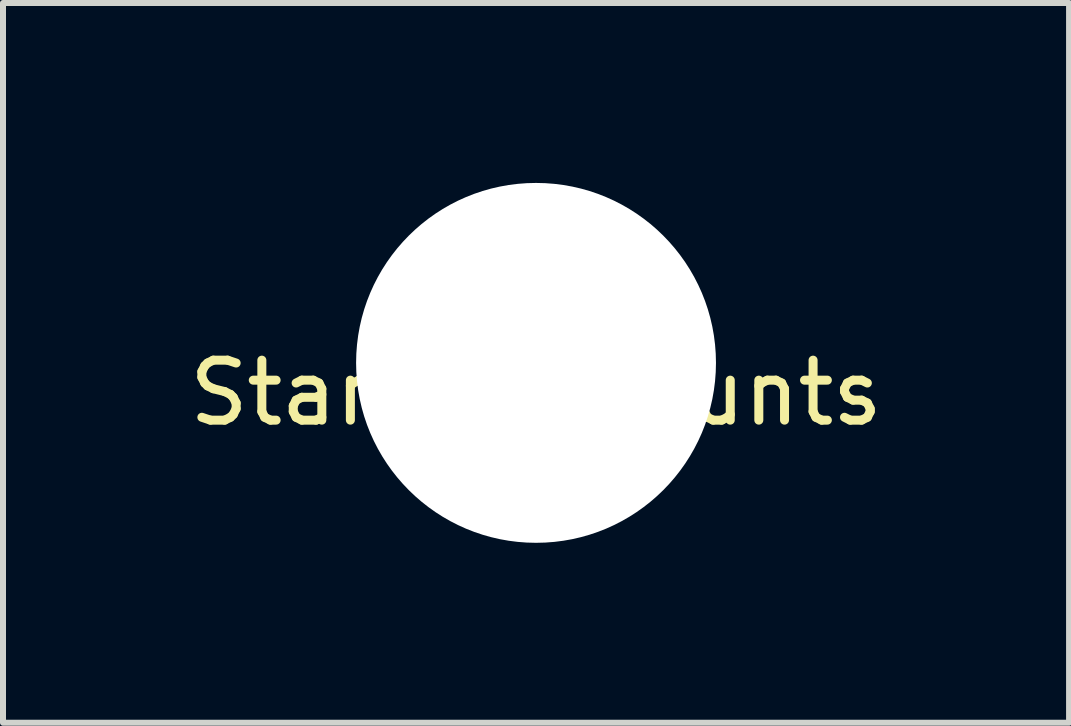
<source format=kicad_pcb>
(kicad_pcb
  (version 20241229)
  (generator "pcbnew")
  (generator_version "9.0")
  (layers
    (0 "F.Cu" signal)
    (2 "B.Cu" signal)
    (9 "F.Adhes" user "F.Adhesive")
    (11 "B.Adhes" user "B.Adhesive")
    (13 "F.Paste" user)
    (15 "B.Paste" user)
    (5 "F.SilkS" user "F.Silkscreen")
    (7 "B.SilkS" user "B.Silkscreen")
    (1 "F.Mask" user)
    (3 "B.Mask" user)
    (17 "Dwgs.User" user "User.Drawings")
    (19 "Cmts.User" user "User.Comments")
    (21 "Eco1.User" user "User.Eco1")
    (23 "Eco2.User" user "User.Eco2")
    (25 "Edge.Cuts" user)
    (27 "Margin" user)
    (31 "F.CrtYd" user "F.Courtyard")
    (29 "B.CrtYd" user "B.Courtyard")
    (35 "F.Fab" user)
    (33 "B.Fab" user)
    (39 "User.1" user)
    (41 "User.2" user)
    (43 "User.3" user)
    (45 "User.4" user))
  (footprint "StandoffMounts"
    (layer "F.Cu")
    (at 5.887 3)
    (property "Reference" "StandoffMounts" (at 0 0.5 0) (layer "F.SilkS") (effects (font (size 1 1) (thickness 0.15))))
    (attr through_hole)
    (pad "" np_thru_hole circle (at 0 0) (size 6 6) (drill 6) (layers "*.Cu" "*.Mask")))
  (gr_rect
    (start -3 -3)
    (end 14.774 9)
    (stroke (width 0.1) (type default))
    (fill no)
    (layer "Edge.Cuts")))
</source>
